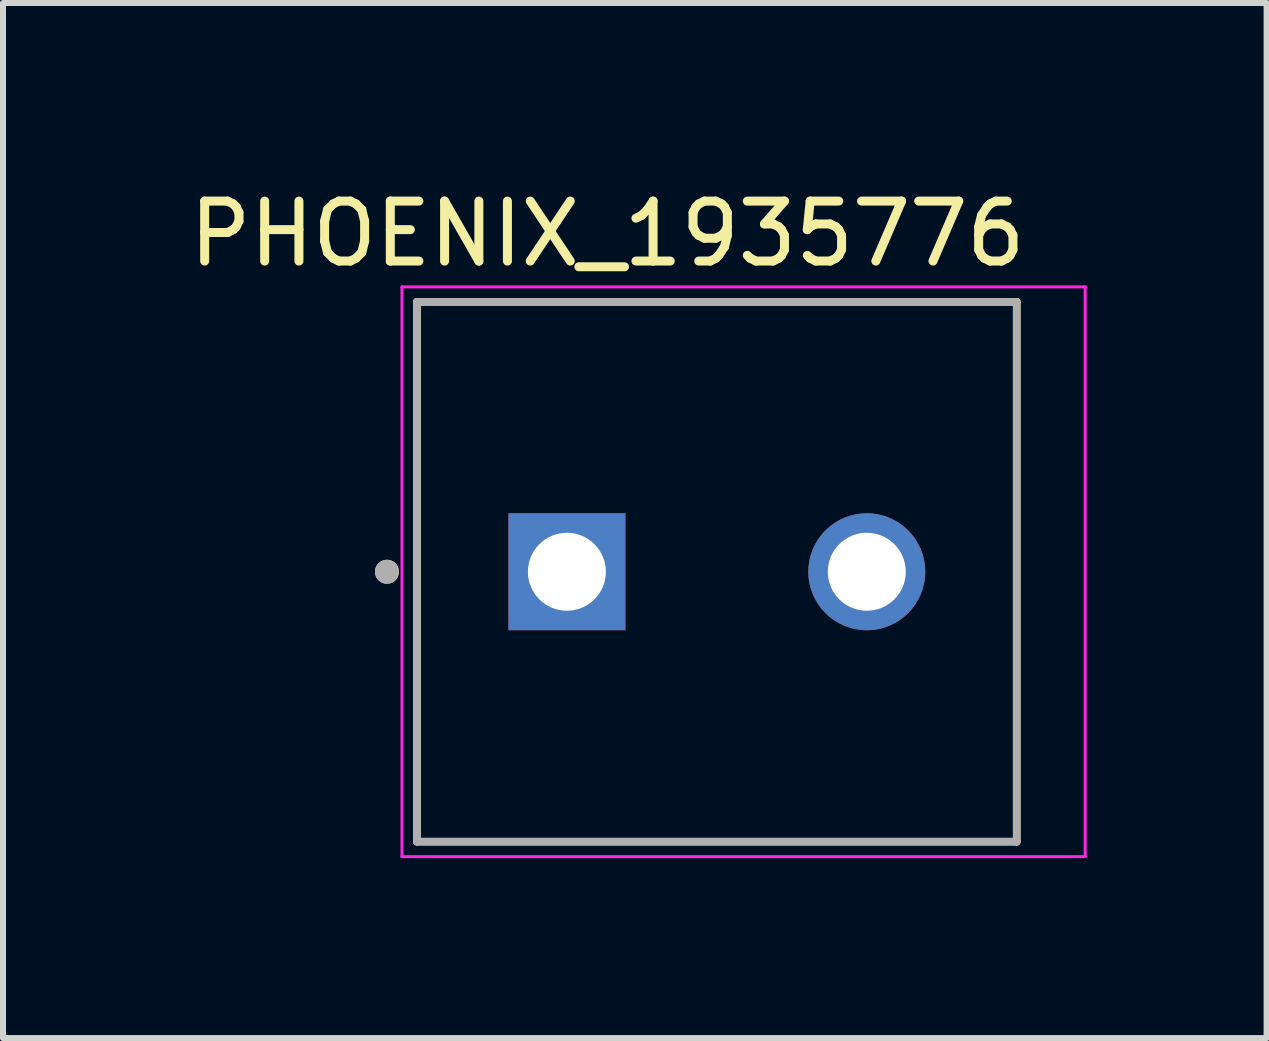
<source format=kicad_pcb>
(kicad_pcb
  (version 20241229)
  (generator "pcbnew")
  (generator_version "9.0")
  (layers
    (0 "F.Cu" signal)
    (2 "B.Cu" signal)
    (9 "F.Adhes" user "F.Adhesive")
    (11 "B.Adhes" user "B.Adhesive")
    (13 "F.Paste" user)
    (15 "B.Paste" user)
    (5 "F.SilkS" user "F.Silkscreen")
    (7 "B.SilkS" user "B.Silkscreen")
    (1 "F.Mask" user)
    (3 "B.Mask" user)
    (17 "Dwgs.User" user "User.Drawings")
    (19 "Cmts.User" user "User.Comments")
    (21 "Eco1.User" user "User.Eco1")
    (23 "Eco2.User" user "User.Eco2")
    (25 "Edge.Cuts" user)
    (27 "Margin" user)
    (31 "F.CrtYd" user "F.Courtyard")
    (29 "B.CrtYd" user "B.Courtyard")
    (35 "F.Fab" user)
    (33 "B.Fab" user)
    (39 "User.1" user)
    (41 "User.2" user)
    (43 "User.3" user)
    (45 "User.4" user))
  (footprint "PHOENIX_1935776"
    (layer "F.Cu")
    (at 3.902 10.983)
    (property "Reference" "PHOENIX_1935776" (at 3.175 -10.135 0) (layer "F.SilkS") (effects (font (size 1 1) (thickness 0.15))))
    (attr through_hole)
    (fp_line (start 0 -9) (end 0 0) (stroke (width 0.127) (type solid)) (layer "F.SilkS"))
    (fp_line (start 0 0) (end 10 0) (stroke (width 0.127) (type solid)) (layer "F.SilkS"))
    (fp_line (start 10 -9) (end 0 -9) (stroke (width 0.127) (type solid)) (layer "F.SilkS"))
    (fp_line (start 10 0) (end 10 -9) (stroke (width 0.127) (type solid)) (layer "F.SilkS"))
    (fp_circle (center -0.5 -4.5) (end -0.4 -4.5) (stroke (width 0.2) (type solid)) (fill no) (layer "F.SilkS"))
    (fp_line (start -0.25 -9.25) (end -0.25 0.25) (stroke (width 0.05) (type solid)) (layer "F.CrtYd"))
    (fp_line (start -0.25 0.25) (end 11.141 0.25) (stroke (width 0.05) (type solid)) (layer "F.CrtYd"))
    (fp_line (start 11.141 -9.25) (end -0.25 -9.25) (stroke (width 0.05) (type solid)) (layer "F.CrtYd"))
    (fp_line (start 11.141 0.25) (end 11.141 -9.25) (stroke (width 0.05) (type solid)) (layer "F.CrtYd"))
    (fp_line (start 0 -9) (end 0 0) (stroke (width 0.127) (type solid)) (layer "F.Fab"))
    (fp_line (start 0 0) (end 10 0) (stroke (width 0.127) (type solid)) (layer "F.Fab"))
    (fp_line (start 10 -9) (end 0 -9) (stroke (width 0.127) (type solid)) (layer "F.Fab"))
    (fp_line (start 10 0) (end 10 -9) (stroke (width 0.127) (type solid)) (layer "F.Fab"))
    (fp_circle (center -0.5 -4.5) (end -0.4 -4.5) (stroke (width 0.2) (type solid)) (fill no) (layer "F.Fab"))
    (pad "1" thru_hole rect (at 2.5 -4.5) (size 1.95 1.95) (drill 1.3) (layers "*.Cu" "*.Mask"))
    (pad "2" thru_hole circle (at 7.5 -4.5) (size 1.95 1.95) (drill 1.3) (layers "*.Cu" "*.Mask")))
  (gr_rect
    (start -3 -3)
    (end 18.068 14.258)
    (stroke (width 0.1) (type default))
    (fill no)
    (layer "Edge.Cuts")))
</source>
